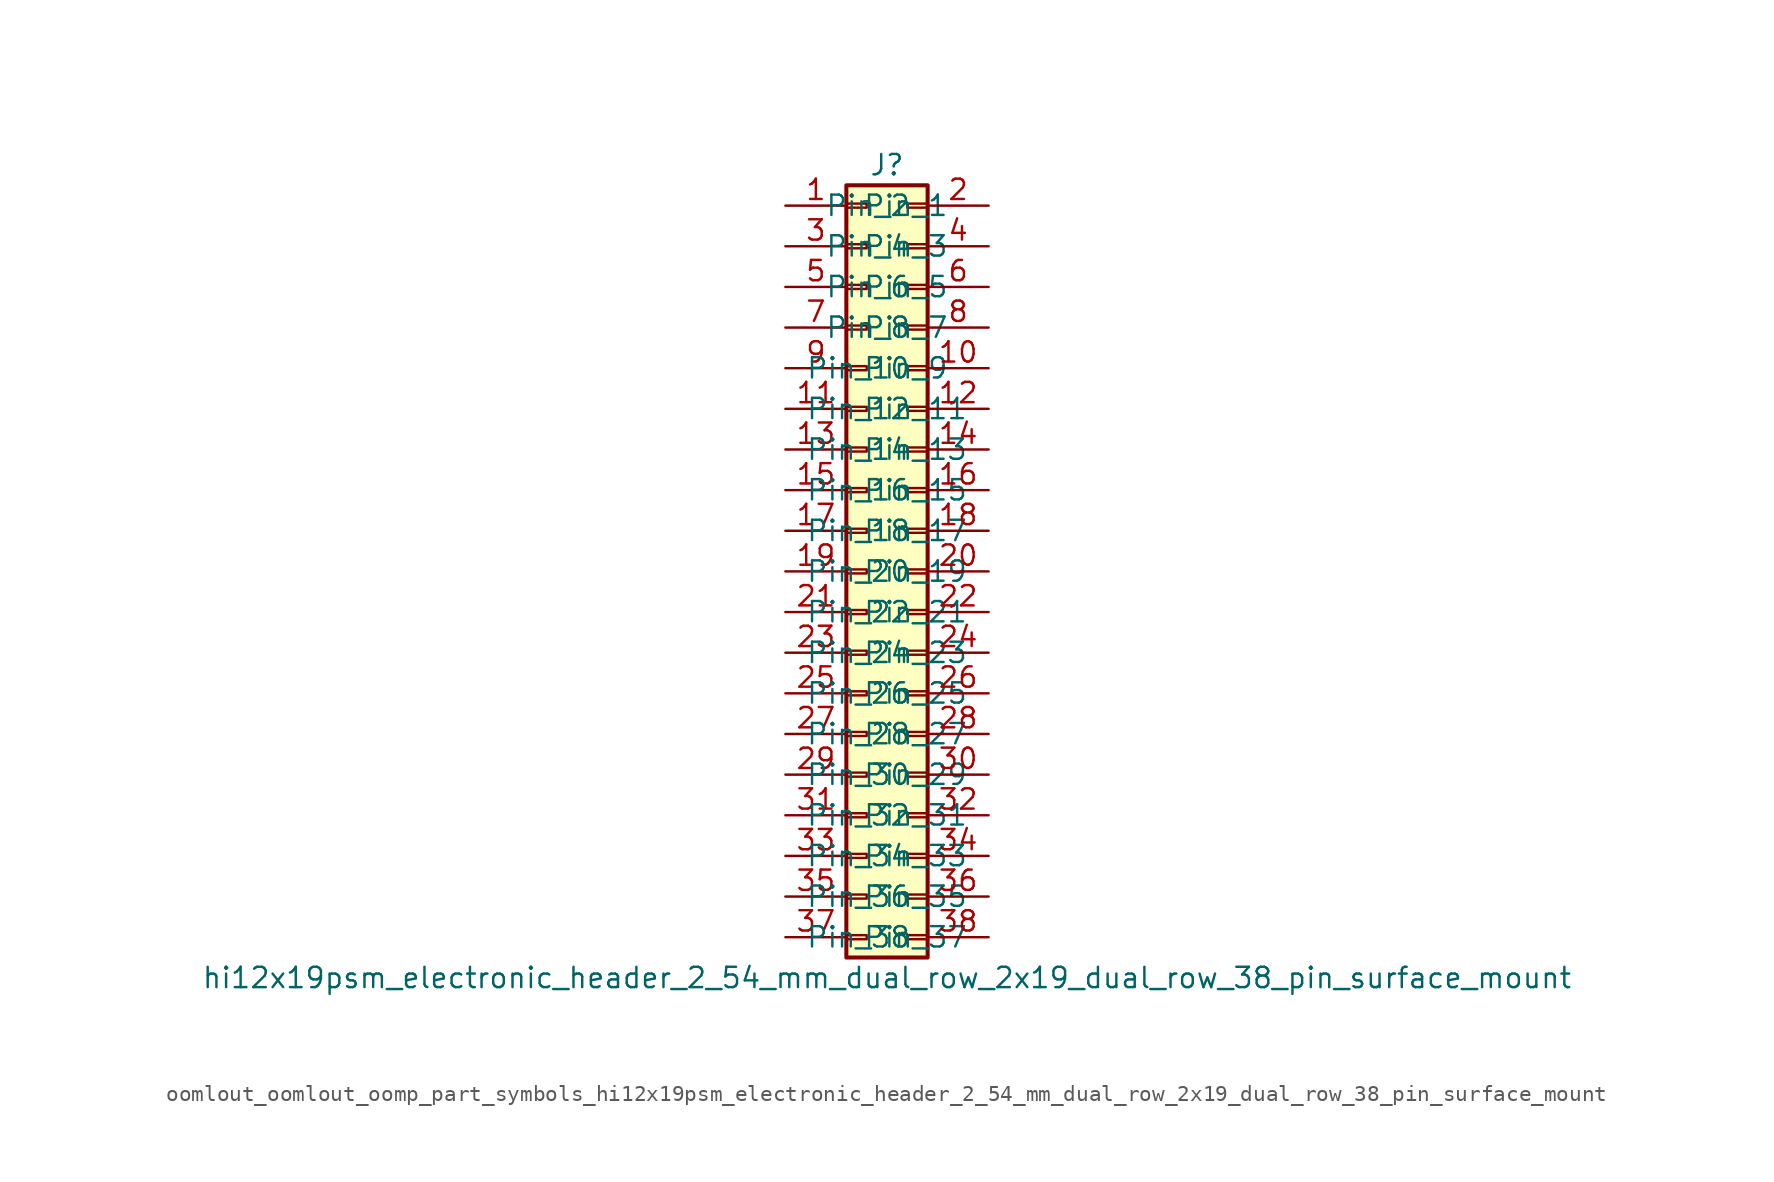
<source format=kicad_sym>
(kicad_symbol_lib
  (version 20220914)
  (generator kicad_symbol_editor)
  (symbol "oomlout_oomlout_oomp_part_symbols_hi12x19psm_electronic_header_2_54_mm_dual_row_2x19_dual_row_38_pin_surface_mount"
    (pin_names
      (offset 1.016))
    (property "Reference" "J"
      (at 1.27 25.4 0)
      (effects (font (size 1.27 1.27))))
    (property "Value" "hi12x19psm_electronic_header_2_54_mm_dual_row_2x19_dual_row_38_pin_surface_mount"
      (at 1.27 -25.4 0)
      (effects (font (size 1.27 1.27))))
    (symbol "oomlout_oomlout_oomp_part_symbols_hi12x19psm_electronic_header_2_54_mm_dual_row_2x19_dual_row_38_pin_surface_mount_1_1"
      (rectangle (start -1.27 -22.733) (end 0 -22.987) (stroke (width 0.152) (type default)) (fill (type none)))
      (rectangle (start -1.27 -20.193) (end 0 -20.447) (stroke (width 0.152) (type default)) (fill (type none)))
      (rectangle (start -1.27 -17.653) (end 0 -17.907) (stroke (width 0.152) (type default)) (fill (type none)))
      (rectangle (start -1.27 -15.113) (end 0 -15.367) (stroke (width 0.152) (type default)) (fill (type none)))
      (rectangle (start -1.27 -12.573) (end 0 -12.827) (stroke (width 0.152) (type default)) (fill (type none)))
      (rectangle (start -1.27 -10.033) (end 0 -10.287) (stroke (width 0.152) (type default)) (fill (type none)))
      (rectangle (start -1.27 -7.493) (end 0 -7.747) (stroke (width 0.152) (type default)) (fill (type none)))
      (rectangle (start -1.27 -4.953) (end 0 -5.207) (stroke (width 0.152) (type default)) (fill (type none)))
      (rectangle (start -1.27 -2.413) (end 0 -2.667) (stroke (width 0.152) (type default)) (fill (type none)))
      (rectangle (start -1.27 0.127) (end 0 -0.127) (stroke (width 0.152) (type default)) (fill (type none)))
      (rectangle (start -1.27 2.667) (end 0 2.413) (stroke (width 0.152) (type default)) (fill (type none)))
      (rectangle (start -1.27 5.207) (end 0 4.953) (stroke (width 0.152) (type default)) (fill (type none)))
      (rectangle (start -1.27 7.747) (end 0 7.493) (stroke (width 0.152) (type default)) (fill (type none)))
      (rectangle (start -1.27 10.287) (end 0 10.033) (stroke (width 0.152) (type default)) (fill (type none)))
      (rectangle (start -1.27 12.827) (end 0 12.573) (stroke (width 0.152) (type default)) (fill (type none)))
      (rectangle (start -1.27 15.367) (end 0 15.113) (stroke (width 0.152) (type default)) (fill (type none)))
      (rectangle (start -1.27 17.907) (end 0 17.653) (stroke (width 0.152) (type default)) (fill (type none)))
      (rectangle (start -1.27 20.447) (end 0 20.193) (stroke (width 0.152) (type default)) (fill (type none)))
      (rectangle (start -1.27 22.987) (end 0 22.733) (stroke (width 0.152) (type default)) (fill (type none)))
      (rectangle (start -1.27 24.13) (end 3.81 -24.13) (stroke (width 0.254) (type default)) (fill (type background)))
      (rectangle (start 3.81 -22.733) (end 2.54 -22.987) (stroke (width 0.152) (type default)) (fill (type none)))
      (rectangle (start 3.81 -20.193) (end 2.54 -20.447) (stroke (width 0.152) (type default)) (fill (type none)))
      (rectangle (start 3.81 -17.653) (end 2.54 -17.907) (stroke (width 0.152) (type default)) (fill (type none)))
      (rectangle (start 3.81 -15.113) (end 2.54 -15.367) (stroke (width 0.152) (type default)) (fill (type none)))
      (rectangle (start 3.81 -12.573) (end 2.54 -12.827) (stroke (width 0.152) (type default)) (fill (type none)))
      (rectangle (start 3.81 -10.033) (end 2.54 -10.287) (stroke (width 0.152) (type default)) (fill (type none)))
      (rectangle (start 3.81 -7.493) (end 2.54 -7.747) (stroke (width 0.152) (type default)) (fill (type none)))
      (rectangle (start 3.81 -4.953) (end 2.54 -5.207) (stroke (width 0.152) (type default)) (fill (type none)))
      (rectangle (start 3.81 -2.413) (end 2.54 -2.667) (stroke (width 0.152) (type default)) (fill (type none)))
      (rectangle (start 3.81 0.127) (end 2.54 -0.127) (stroke (width 0.152) (type default)) (fill (type none)))
      (rectangle (start 3.81 2.667) (end 2.54 2.413) (stroke (width 0.152) (type default)) (fill (type none)))
      (rectangle (start 3.81 5.207) (end 2.54 4.953) (stroke (width 0.152) (type default)) (fill (type none)))
      (rectangle (start 3.81 7.747) (end 2.54 7.493) (stroke (width 0.152) (type default)) (fill (type none)))
      (rectangle (start 3.81 10.287) (end 2.54 10.033) (stroke (width 0.152) (type default)) (fill (type none)))
      (rectangle (start 3.81 12.827) (end 2.54 12.573) (stroke (width 0.152) (type default)) (fill (type none)))
      (rectangle (start 3.81 15.367) (end 2.54 15.113) (stroke (width 0.152) (type default)) (fill (type none)))
      (rectangle (start 3.81 17.907) (end 2.54 17.653) (stroke (width 0.152) (type default)) (fill (type none)))
      (rectangle (start 3.81 20.447) (end 2.54 20.193) (stroke (width 0.152) (type default)) (fill (type none)))
      (rectangle (start 3.81 22.987) (end 2.54 22.733) (stroke (width 0.152) (type default)) (fill (type none)))
      (pin passive line (at -5.08 22.86 0) (length 3.81) (name "Pin_1" (effects (font (size 1.27 1.27)))) (number "1" (effects (font (size 1.27 1.27)))))
      (pin passive line (at 7.62 12.7 180) (length 3.81) (name "Pin_10" (effects (font (size 1.27 1.27)))) (number "10" (effects (font (size 1.27 1.27)))))
      (pin passive line (at -5.08 10.16 0) (length 3.81) (name "Pin_11" (effects (font (size 1.27 1.27)))) (number "11" (effects (font (size 1.27 1.27)))))
      (pin passive line (at 7.62 10.16 180) (length 3.81) (name "Pin_12" (effects (font (size 1.27 1.27)))) (number "12" (effects (font (size 1.27 1.27)))))
      (pin passive line (at -5.08 7.62 0) (length 3.81) (name "Pin_13" (effects (font (size 1.27 1.27)))) (number "13" (effects (font (size 1.27 1.27)))))
      (pin passive line (at 7.62 7.62 180) (length 3.81) (name "Pin_14" (effects (font (size 1.27 1.27)))) (number "14" (effects (font (size 1.27 1.27)))))
      (pin passive line (at -5.08 5.08 0) (length 3.81) (name "Pin_15" (effects (font (size 1.27 1.27)))) (number "15" (effects (font (size 1.27 1.27)))))
      (pin passive line (at 7.62 5.08 180) (length 3.81) (name "Pin_16" (effects (font (size 1.27 1.27)))) (number "16" (effects (font (size 1.27 1.27)))))
      (pin passive line (at -5.08 2.54 0) (length 3.81) (name "Pin_17" (effects (font (size 1.27 1.27)))) (number "17" (effects (font (size 1.27 1.27)))))
      (pin passive line (at 7.62 2.54 180) (length 3.81) (name "Pin_18" (effects (font (size 1.27 1.27)))) (number "18" (effects (font (size 1.27 1.27)))))
      (pin passive line (at -5.08 0 0) (length 3.81) (name "Pin_19" (effects (font (size 1.27 1.27)))) (number "19" (effects (font (size 1.27 1.27)))))
      (pin passive line (at 7.62 22.86 180) (length 3.81) (name "Pin_2" (effects (font (size 1.27 1.27)))) (number "2" (effects (font (size 1.27 1.27)))))
      (pin passive line (at 7.62 0 180) (length 3.81) (name "Pin_20" (effects (font (size 1.27 1.27)))) (number "20" (effects (font (size 1.27 1.27)))))
      (pin passive line (at -5.08 -2.54 0) (length 3.81) (name "Pin_21" (effects (font (size 1.27 1.27)))) (number "21" (effects (font (size 1.27 1.27)))))
      (pin passive line (at 7.62 -2.54 180) (length 3.81) (name "Pin_22" (effects (font (size 1.27 1.27)))) (number "22" (effects (font (size 1.27 1.27)))))
      (pin passive line (at -5.08 -5.08 0) (length 3.81) (name "Pin_23" (effects (font (size 1.27 1.27)))) (number "23" (effects (font (size 1.27 1.27)))))
      (pin passive line (at 7.62 -5.08 180) (length 3.81) (name "Pin_24" (effects (font (size 1.27 1.27)))) (number "24" (effects (font (size 1.27 1.27)))))
      (pin passive line (at -5.08 -7.62 0) (length 3.81) (name "Pin_25" (effects (font (size 1.27 1.27)))) (number "25" (effects (font (size 1.27 1.27)))))
      (pin passive line (at 7.62 -7.62 180) (length 3.81) (name "Pin_26" (effects (font (size 1.27 1.27)))) (number "26" (effects (font (size 1.27 1.27)))))
      (pin passive line (at -5.08 -10.16 0) (length 3.81) (name "Pin_27" (effects (font (size 1.27 1.27)))) (number "27" (effects (font (size 1.27 1.27)))))
      (pin passive line (at 7.62 -10.16 180) (length 3.81) (name "Pin_28" (effects (font (size 1.27 1.27)))) (number "28" (effects (font (size 1.27 1.27)))))
      (pin passive line (at -5.08 -12.7 0) (length 3.81) (name "Pin_29" (effects (font (size 1.27 1.27)))) (number "29" (effects (font (size 1.27 1.27)))))
      (pin passive line (at -5.08 20.32 0) (length 3.81) (name "Pin_3" (effects (font (size 1.27 1.27)))) (number "3" (effects (font (size 1.27 1.27)))))
      (pin passive line (at 7.62 -12.7 180) (length 3.81) (name "Pin_30" (effects (font (size 1.27 1.27)))) (number "30" (effects (font (size 1.27 1.27)))))
      (pin passive line (at -5.08 -15.24 0) (length 3.81) (name "Pin_31" (effects (font (size 1.27 1.27)))) (number "31" (effects (font (size 1.27 1.27)))))
      (pin passive line (at 7.62 -15.24 180) (length 3.81) (name "Pin_32" (effects (font (size 1.27 1.27)))) (number "32" (effects (font (size 1.27 1.27)))))
      (pin passive line (at -5.08 -17.78 0) (length 3.81) (name "Pin_33" (effects (font (size 1.27 1.27)))) (number "33" (effects (font (size 1.27 1.27)))))
      (pin passive line (at 7.62 -17.78 180) (length 3.81) (name "Pin_34" (effects (font (size 1.27 1.27)))) (number "34" (effects (font (size 1.27 1.27)))))
      (pin passive line (at -5.08 -20.32 0) (length 3.81) (name "Pin_35" (effects (font (size 1.27 1.27)))) (number "35" (effects (font (size 1.27 1.27)))))
      (pin passive line (at 7.62 -20.32 180) (length 3.81) (name "Pin_36" (effects (font (size 1.27 1.27)))) (number "36" (effects (font (size 1.27 1.27)))))
      (pin passive line (at -5.08 -22.86 0) (length 3.81) (name "Pin_37" (effects (font (size 1.27 1.27)))) (number "37" (effects (font (size 1.27 1.27)))))
      (pin passive line (at 7.62 -22.86 180) (length 3.81) (name "Pin_38" (effects (font (size 1.27 1.27)))) (number "38" (effects (font (size 1.27 1.27)))))
      (pin passive line (at 7.62 20.32 180) (length 3.81) (name "Pin_4" (effects (font (size 1.27 1.27)))) (number "4" (effects (font (size 1.27 1.27)))))
      (pin passive line (at -5.08 17.78 0) (length 3.81) (name "Pin_5" (effects (font (size 1.27 1.27)))) (number "5" (effects (font (size 1.27 1.27)))))
      (pin passive line (at 7.62 17.78 180) (length 3.81) (name "Pin_6" (effects (font (size 1.27 1.27)))) (number "6" (effects (font (size 1.27 1.27)))))
      (pin passive line (at -5.08 15.24 0) (length 3.81) (name "Pin_7" (effects (font (size 1.27 1.27)))) (number "7" (effects (font (size 1.27 1.27)))))
      (pin passive line (at 7.62 15.24 180) (length 3.81) (name "Pin_8" (effects (font (size 1.27 1.27)))) (number "8" (effects (font (size 1.27 1.27)))))
      (pin passive line (at -5.08 12.7 0) (length 3.81) (name "Pin_9" (effects (font (size 1.27 1.27)))) (number "9" (effects (font (size 1.27 1.27))))))))
</source>
